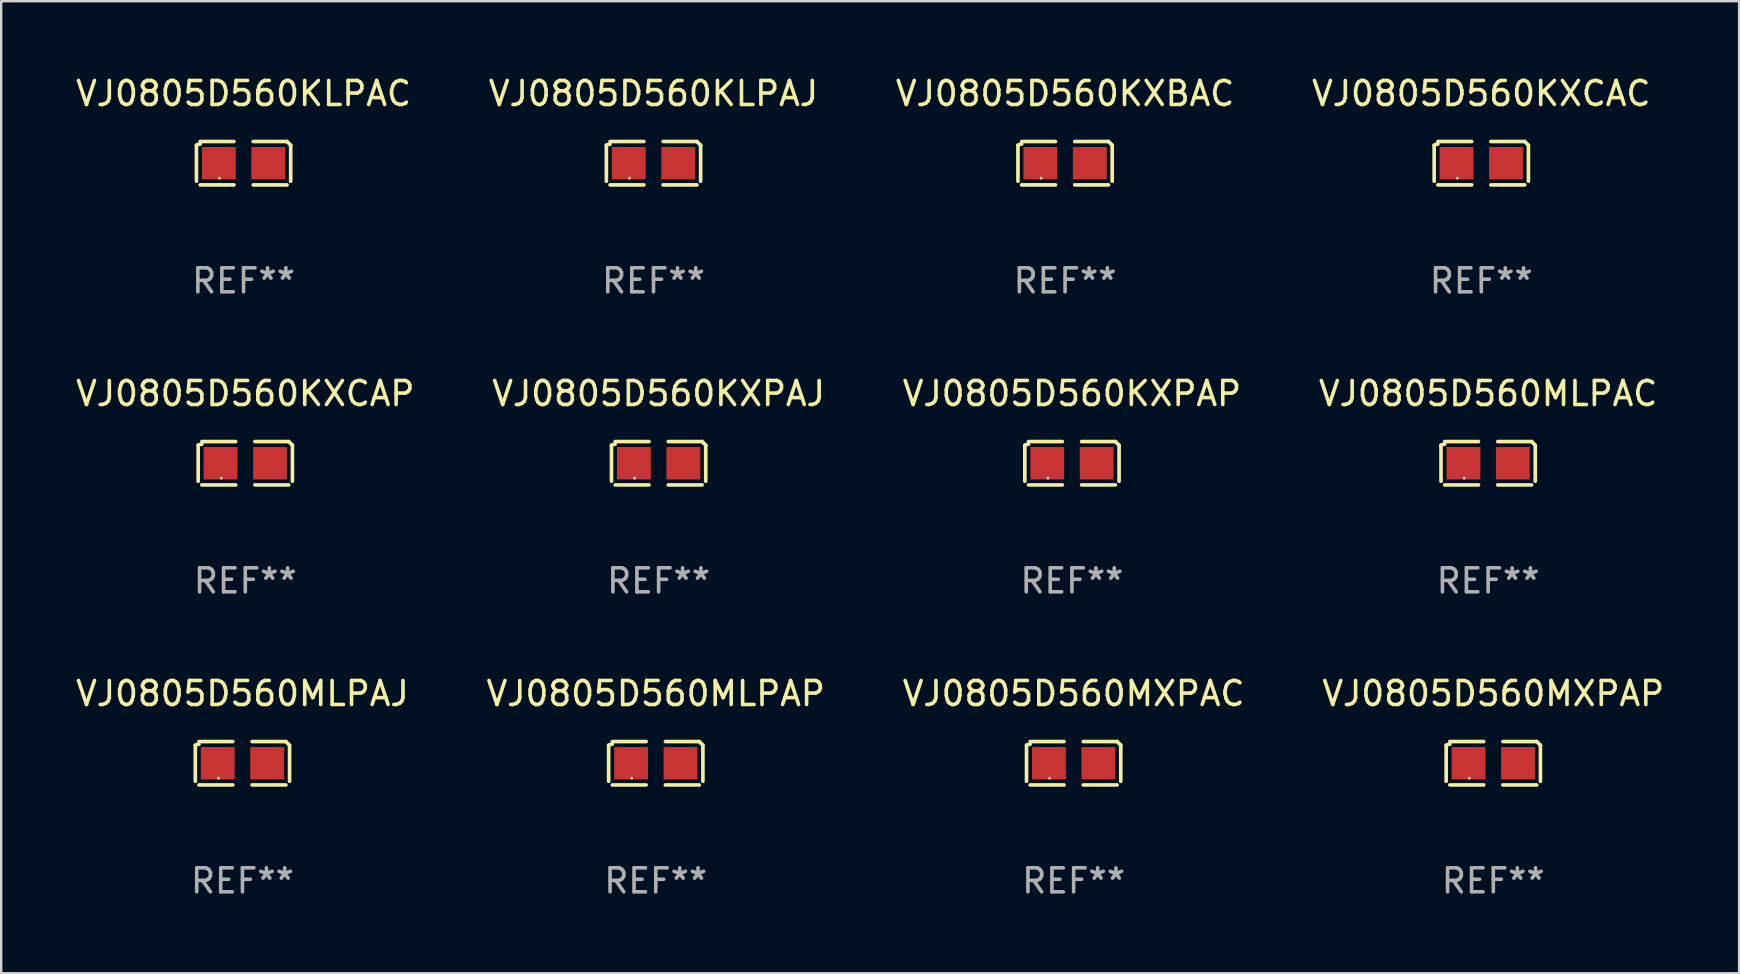
<source format=kicad_pcb>
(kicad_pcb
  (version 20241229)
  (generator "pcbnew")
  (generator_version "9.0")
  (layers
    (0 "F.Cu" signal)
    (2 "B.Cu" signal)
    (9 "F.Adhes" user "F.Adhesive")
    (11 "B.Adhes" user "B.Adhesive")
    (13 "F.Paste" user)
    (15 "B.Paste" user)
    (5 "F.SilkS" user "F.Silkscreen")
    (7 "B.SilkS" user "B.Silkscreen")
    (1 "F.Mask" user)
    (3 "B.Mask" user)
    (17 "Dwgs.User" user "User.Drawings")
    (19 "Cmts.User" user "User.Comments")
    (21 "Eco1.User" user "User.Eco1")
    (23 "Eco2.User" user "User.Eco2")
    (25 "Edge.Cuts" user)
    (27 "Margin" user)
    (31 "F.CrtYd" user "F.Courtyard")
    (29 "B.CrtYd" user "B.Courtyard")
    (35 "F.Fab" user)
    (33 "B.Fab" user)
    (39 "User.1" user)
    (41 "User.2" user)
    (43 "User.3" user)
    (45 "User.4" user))
  (footprint "VJ0805D560MLPAJ"
    (layer "F.Cu")
    (at 7.054 28.759)
    (property "Reference" "VJ0805D560MLPAJ" (at 0 -2.904 0) (layer "F.SilkS") (effects (font (size 1 1) (thickness 0.15))))
    (attr through_hole)
    (fp_line (start -1.964 0.751) (end -1.964 -0.751) (stroke (width 0.152) (type solid)) (layer "F.SilkS"))
    (fp_line (start -1.811 -0.904) (end -0.401 -0.904) (stroke (width 0.152) (type solid)) (layer "F.SilkS"))
    (fp_line (start -0.401 0.904) (end -1.811 0.904) (stroke (width 0.152) (type solid)) (layer "F.SilkS"))
    (fp_line (start 0.401 0.904) (end 1.811 0.904) (stroke (width 0.152) (type solid)) (layer "F.SilkS"))
    (fp_line (start 1.811 -0.904) (end 0.401 -0.904) (stroke (width 0.152) (type solid)) (layer "F.SilkS"))
    (fp_line (start 1.964 0.751) (end 1.964 -0.751) (stroke (width 0.152) (type solid)) (layer "F.SilkS"))
    (fp_arc (start -1.963602 -0.751207) (mid -1.890354 -0.783131) (end -1.811201 -0.794044) (stroke (width 0.1524) (type solid)) (layer "F.SilkS"))
    (fp_arc (start 1.811202 -0.903607) (mid 1.887413 -0.827418) (end 1.963602 -0.751207) (stroke (width 0.1524) (type solid)) (layer "F.SilkS"))
    (fp_circle (center -1 0.625) (end -0.97 0.625) (stroke (width 0.06) (type solid)) (fill no) (layer "F.SilkS"))
    (fp_text user "REF**" (at 0 4.904 0) (layer "F.Fab") (effects (font (size 1 1) (thickness 0.15))))
    (pad "1" smd rect (at -1.03 0) (size 1.41 1.35) (layers "F.Cu" "F.Mask" "F.Paste"))
    (pad "2" smd rect (at 1.03 0) (size 1.41 1.35) (layers "F.Cu" "F.Mask" "F.Paste")))
  (footprint "VJ0805D560KLPAC"
    (layer "F.Cu")
    (at 7.101 3.752)
    (property "Reference" "VJ0805D560KLPAC" (at 0 -2.904 0) (layer "F.SilkS") (effects (font (size 1 1) (thickness 0.15))))
    (attr through_hole)
    (fp_line (start -1.964 0.751) (end -1.964 -0.751) (stroke (width 0.152) (type solid)) (layer "F.SilkS"))
    (fp_line (start -1.811 -0.904) (end -0.401 -0.904) (stroke (width 0.152) (type solid)) (layer "F.SilkS"))
    (fp_line (start -0.401 0.904) (end -1.811 0.904) (stroke (width 0.152) (type solid)) (layer "F.SilkS"))
    (fp_line (start 0.401 0.904) (end 1.811 0.904) (stroke (width 0.152) (type solid)) (layer "F.SilkS"))
    (fp_line (start 1.811 -0.904) (end 0.401 -0.904) (stroke (width 0.152) (type solid)) (layer "F.SilkS"))
    (fp_line (start 1.964 0.751) (end 1.964 -0.751) (stroke (width 0.152) (type solid)) (layer "F.SilkS"))
    (fp_arc (start -1.963602 -0.751207) (mid -1.890354 -0.783131) (end -1.811201 -0.794044) (stroke (width 0.1524) (type solid)) (layer "F.SilkS"))
    (fp_arc (start 1.811202 -0.903607) (mid 1.887413 -0.827418) (end 1.963602 -0.751207) (stroke (width 0.1524) (type solid)) (layer "F.SilkS"))
    (fp_circle (center -1 0.625) (end -0.97 0.625) (stroke (width 0.06) (type solid)) (fill no) (layer "F.SilkS"))
    (fp_text user "REF**" (at 0 4.904 0) (layer "F.Fab") (effects (font (size 1 1) (thickness 0.15))))
    (pad "1" smd rect (at -1.03 0) (size 1.41 1.35) (layers "F.Cu" "F.Mask" "F.Paste"))
    (pad "2" smd rect (at 1.03 0) (size 1.41 1.35) (layers "F.Cu" "F.Mask" "F.Paste")))
  (footprint "VJ0805D560MLPAP"
    (layer "F.Cu")
    (at 24.28 28.759)
    (property "Reference" "VJ0805D560MLPAP" (at 0 -2.904 0) (layer "F.SilkS") (effects (font (size 1 1) (thickness 0.15))))
    (attr through_hole)
    (fp_line (start -1.964 0.751) (end -1.964 -0.751) (stroke (width 0.152) (type solid)) (layer "F.SilkS"))
    (fp_line (start -1.811 -0.904) (end -0.401 -0.904) (stroke (width 0.152) (type solid)) (layer "F.SilkS"))
    (fp_line (start -0.401 0.904) (end -1.811 0.904) (stroke (width 0.152) (type solid)) (layer "F.SilkS"))
    (fp_line (start 0.401 0.904) (end 1.811 0.904) (stroke (width 0.152) (type solid)) (layer "F.SilkS"))
    (fp_line (start 1.811 -0.904) (end 0.401 -0.904) (stroke (width 0.152) (type solid)) (layer "F.SilkS"))
    (fp_line (start 1.964 0.751) (end 1.964 -0.751) (stroke (width 0.152) (type solid)) (layer "F.SilkS"))
    (fp_arc (start -1.963602 -0.751207) (mid -1.890354 -0.783131) (end -1.811201 -0.794044) (stroke (width 0.1524) (type solid)) (layer "F.SilkS"))
    (fp_arc (start 1.811202 -0.903607) (mid 1.887413 -0.827418) (end 1.963602 -0.751207) (stroke (width 0.1524) (type solid)) (layer "F.SilkS"))
    (fp_circle (center -1 0.625) (end -0.97 0.625) (stroke (width 0.06) (type solid)) (fill no) (layer "F.SilkS"))
    (fp_text user "REF**" (at 0 4.904 0) (layer "F.Fab") (effects (font (size 1 1) (thickness 0.15))))
    (pad "1" smd rect (at -1.03 0) (size 1.41 1.35) (layers "F.Cu" "F.Mask" "F.Paste"))
    (pad "2" smd rect (at 1.03 0) (size 1.41 1.35) (layers "F.Cu" "F.Mask" "F.Paste")))
  (footprint "VJ0805D560MXPAC"
    (layer "F.Cu")
    (at 41.696 28.759)
    (property "Reference" "VJ0805D560MXPAC" (at 0 -2.904 0) (layer "F.SilkS") (effects (font (size 1 1) (thickness 0.15))))
    (attr through_hole)
    (fp_line (start -1.964 0.751) (end -1.964 -0.751) (stroke (width 0.152) (type solid)) (layer "F.SilkS"))
    (fp_line (start -1.811 -0.904) (end -0.401 -0.904) (stroke (width 0.152) (type solid)) (layer "F.SilkS"))
    (fp_line (start -0.401 0.904) (end -1.811 0.904) (stroke (width 0.152) (type solid)) (layer "F.SilkS"))
    (fp_line (start 0.401 0.904) (end 1.811 0.904) (stroke (width 0.152) (type solid)) (layer "F.SilkS"))
    (fp_line (start 1.811 -0.904) (end 0.401 -0.904) (stroke (width 0.152) (type solid)) (layer "F.SilkS"))
    (fp_line (start 1.964 0.751) (end 1.964 -0.751) (stroke (width 0.152) (type solid)) (layer "F.SilkS"))
    (fp_arc (start -1.963602 -0.751207) (mid -1.890354 -0.783131) (end -1.811201 -0.794044) (stroke (width 0.1524) (type solid)) (layer "F.SilkS"))
    (fp_arc (start 1.811202 -0.903607) (mid 1.887413 -0.827418) (end 1.963602 -0.751207) (stroke (width 0.1524) (type solid)) (layer "F.SilkS"))
    (fp_circle (center -1 0.625) (end -0.97 0.625) (stroke (width 0.06) (type solid)) (fill no) (layer "F.SilkS"))
    (fp_text user "REF**" (at 0 4.904 0) (layer "F.Fab") (effects (font (size 1 1) (thickness 0.15))))
    (pad "1" smd rect (at -1.03 0) (size 1.41 1.35) (layers "F.Cu" "F.Mask" "F.Paste"))
    (pad "2" smd rect (at 1.03 0) (size 1.41 1.35) (layers "F.Cu" "F.Mask" "F.Paste")))
  (footprint "VJ0805D560MLPAC"
    (layer "F.Cu")
    (at 58.97 16.256)
    (property "Reference" "VJ0805D560MLPAC" (at 0 -2.904 0) (layer "F.SilkS") (effects (font (size 1 1) (thickness 0.15))))
    (attr through_hole)
    (fp_line (start -1.964 0.751) (end -1.964 -0.751) (stroke (width 0.152) (type solid)) (layer "F.SilkS"))
    (fp_line (start -1.811 -0.904) (end -0.401 -0.904) (stroke (width 0.152) (type solid)) (layer "F.SilkS"))
    (fp_line (start -0.401 0.904) (end -1.811 0.904) (stroke (width 0.152) (type solid)) (layer "F.SilkS"))
    (fp_line (start 0.401 0.904) (end 1.811 0.904) (stroke (width 0.152) (type solid)) (layer "F.SilkS"))
    (fp_line (start 1.811 -0.904) (end 0.401 -0.904) (stroke (width 0.152) (type solid)) (layer "F.SilkS"))
    (fp_line (start 1.964 0.751) (end 1.964 -0.751) (stroke (width 0.152) (type solid)) (layer "F.SilkS"))
    (fp_arc (start -1.963602 -0.751207) (mid -1.890354 -0.783131) (end -1.811201 -0.794044) (stroke (width 0.1524) (type solid)) (layer "F.SilkS"))
    (fp_arc (start 1.811202 -0.903607) (mid 1.887413 -0.827418) (end 1.963602 -0.751207) (stroke (width 0.1524) (type solid)) (layer "F.SilkS"))
    (fp_circle (center -1 0.625) (end -0.97 0.625) (stroke (width 0.06) (type solid)) (fill no) (layer "F.SilkS"))
    (fp_text user "REF**" (at 0 4.904 0) (layer "F.Fab") (effects (font (size 1 1) (thickness 0.15))))
    (pad "1" smd rect (at -1.03 0) (size 1.41 1.35) (layers "F.Cu" "F.Mask" "F.Paste"))
    (pad "2" smd rect (at 1.03 0) (size 1.41 1.35) (layers "F.Cu" "F.Mask" "F.Paste")))
  (footprint "VJ0805D560KXPAJ"
    (layer "F.Cu")
    (at 24.399 16.256)
    (property "Reference" "VJ0805D560KXPAJ" (at 0 -2.904 0) (layer "F.SilkS") (effects (font (size 1 1) (thickness 0.15))))
    (attr through_hole)
    (fp_line (start -1.964 0.751) (end -1.964 -0.751) (stroke (width 0.152) (type solid)) (layer "F.SilkS"))
    (fp_line (start -1.811 -0.904) (end -0.401 -0.904) (stroke (width 0.152) (type solid)) (layer "F.SilkS"))
    (fp_line (start -0.401 0.904) (end -1.811 0.904) (stroke (width 0.152) (type solid)) (layer "F.SilkS"))
    (fp_line (start 0.401 0.904) (end 1.811 0.904) (stroke (width 0.152) (type solid)) (layer "F.SilkS"))
    (fp_line (start 1.811 -0.904) (end 0.401 -0.904) (stroke (width 0.152) (type solid)) (layer "F.SilkS"))
    (fp_line (start 1.964 0.751) (end 1.964 -0.751) (stroke (width 0.152) (type solid)) (layer "F.SilkS"))
    (fp_arc (start -1.963602 -0.751207) (mid -1.890354 -0.783131) (end -1.811201 -0.794044) (stroke (width 0.1524) (type solid)) (layer "F.SilkS"))
    (fp_arc (start 1.811202 -0.903607) (mid 1.887413 -0.827418) (end 1.963602 -0.751207) (stroke (width 0.1524) (type solid)) (layer "F.SilkS"))
    (fp_circle (center -1 0.625) (end -0.97 0.625) (stroke (width 0.06) (type solid)) (fill no) (layer "F.SilkS"))
    (fp_text user "REF**" (at 0 4.904 0) (layer "F.Fab") (effects (font (size 1 1) (thickness 0.15))))
    (pad "1" smd rect (at -1.03 0) (size 1.41 1.35) (layers "F.Cu" "F.Mask" "F.Paste"))
    (pad "2" smd rect (at 1.03 0) (size 1.41 1.35) (layers "F.Cu" "F.Mask" "F.Paste")))
  (footprint "VJ0805D560KXPAP"
    (layer "F.Cu")
    (at 41.625 16.256)
    (property "Reference" "VJ0805D560KXPAP" (at 0 -2.904 0) (layer "F.SilkS") (effects (font (size 1 1) (thickness 0.15))))
    (attr through_hole)
    (fp_line (start -1.964 0.751) (end -1.964 -0.751) (stroke (width 0.152) (type solid)) (layer "F.SilkS"))
    (fp_line (start -1.811 -0.904) (end -0.401 -0.904) (stroke (width 0.152) (type solid)) (layer "F.SilkS"))
    (fp_line (start -0.401 0.904) (end -1.811 0.904) (stroke (width 0.152) (type solid)) (layer "F.SilkS"))
    (fp_line (start 0.401 0.904) (end 1.811 0.904) (stroke (width 0.152) (type solid)) (layer "F.SilkS"))
    (fp_line (start 1.811 -0.904) (end 0.401 -0.904) (stroke (width 0.152) (type solid)) (layer "F.SilkS"))
    (fp_line (start 1.964 0.751) (end 1.964 -0.751) (stroke (width 0.152) (type solid)) (layer "F.SilkS"))
    (fp_arc (start -1.963602 -0.751207) (mid -1.890354 -0.783131) (end -1.811201 -0.794044) (stroke (width 0.1524) (type solid)) (layer "F.SilkS"))
    (fp_arc (start 1.811202 -0.903607) (mid 1.887413 -0.827418) (end 1.963602 -0.751207) (stroke (width 0.1524) (type solid)) (layer "F.SilkS"))
    (fp_circle (center -1 0.625) (end -0.97 0.625) (stroke (width 0.06) (type solid)) (fill no) (layer "F.SilkS"))
    (fp_text user "REF**" (at 0 4.904 0) (layer "F.Fab") (effects (font (size 1 1) (thickness 0.15))))
    (pad "1" smd rect (at -1.03 0) (size 1.41 1.35) (layers "F.Cu" "F.Mask" "F.Paste"))
    (pad "2" smd rect (at 1.03 0) (size 1.41 1.35) (layers "F.Cu" "F.Mask" "F.Paste")))
  (footprint "VJ0805D560KXBAC"
    (layer "F.Cu")
    (at 41.339 3.752)
    (property "Reference" "VJ0805D560KXBAC" (at 0 -2.904 0) (layer "F.SilkS") (effects (font (size 1 1) (thickness 0.15))))
    (attr through_hole)
    (fp_line (start -1.964 0.751) (end -1.964 -0.751) (stroke (width 0.152) (type solid)) (layer "F.SilkS"))
    (fp_line (start -1.811 -0.904) (end -0.401 -0.904) (stroke (width 0.152) (type solid)) (layer "F.SilkS"))
    (fp_line (start -0.401 0.904) (end -1.811 0.904) (stroke (width 0.152) (type solid)) (layer "F.SilkS"))
    (fp_line (start 0.401 0.904) (end 1.811 0.904) (stroke (width 0.152) (type solid)) (layer "F.SilkS"))
    (fp_line (start 1.811 -0.904) (end 0.401 -0.904) (stroke (width 0.152) (type solid)) (layer "F.SilkS"))
    (fp_line (start 1.964 0.751) (end 1.964 -0.751) (stroke (width 0.152) (type solid)) (layer "F.SilkS"))
    (fp_arc (start -1.963602 -0.751207) (mid -1.890354 -0.783131) (end -1.811201 -0.794044) (stroke (width 0.1524) (type solid)) (layer "F.SilkS"))
    (fp_arc (start 1.811202 -0.903607) (mid 1.887413 -0.827418) (end 1.963602 -0.751207) (stroke (width 0.1524) (type solid)) (layer "F.SilkS"))
    (fp_circle (center -1 0.625) (end -0.97 0.625) (stroke (width 0.06) (type solid)) (fill no) (layer "F.SilkS"))
    (fp_text user "REF**" (at 0 4.904 0) (layer "F.Fab") (effects (font (size 1 1) (thickness 0.15))))
    (pad "1" smd rect (at -1.03 0) (size 1.41 1.35) (layers "F.Cu" "F.Mask" "F.Paste"))
    (pad "2" smd rect (at 1.03 0) (size 1.41 1.35) (layers "F.Cu" "F.Mask" "F.Paste")))
  (footprint "VJ0805D560MXPAP"
    (layer "F.Cu")
    (at 59.185 28.759)
    (property "Reference" "VJ0805D560MXPAP" (at 0 -2.904 0) (layer "F.SilkS") (effects (font (size 1 1) (thickness 0.15))))
    (attr through_hole)
    (fp_line (start -1.964 0.751) (end -1.964 -0.751) (stroke (width 0.152) (type solid)) (layer "F.SilkS"))
    (fp_line (start -1.811 -0.904) (end -0.401 -0.904) (stroke (width 0.152) (type solid)) (layer "F.SilkS"))
    (fp_line (start -0.401 0.904) (end -1.811 0.904) (stroke (width 0.152) (type solid)) (layer "F.SilkS"))
    (fp_line (start 0.401 0.904) (end 1.811 0.904) (stroke (width 0.152) (type solid)) (layer "F.SilkS"))
    (fp_line (start 1.811 -0.904) (end 0.401 -0.904) (stroke (width 0.152) (type solid)) (layer "F.SilkS"))
    (fp_line (start 1.964 0.751) (end 1.964 -0.751) (stroke (width 0.152) (type solid)) (layer "F.SilkS"))
    (fp_arc (start -1.963602 -0.751207) (mid -1.890354 -0.783131) (end -1.811201 -0.794044) (stroke (width 0.1524) (type solid)) (layer "F.SilkS"))
    (fp_arc (start 1.811202 -0.903607) (mid 1.887413 -0.827418) (end 1.963602 -0.751207) (stroke (width 0.1524) (type solid)) (layer "F.SilkS"))
    (fp_circle (center -1 0.625) (end -0.97 0.625) (stroke (width 0.06) (type solid)) (fill no) (layer "F.SilkS"))
    (fp_text user "REF**" (at 0 4.904 0) (layer "F.Fab") (effects (font (size 1 1) (thickness 0.15))))
    (pad "1" smd rect (at -1.03 0) (size 1.41 1.35) (layers "F.Cu" "F.Mask" "F.Paste"))
    (pad "2" smd rect (at 1.03 0) (size 1.41 1.35) (layers "F.Cu" "F.Mask" "F.Paste")))
  (footprint "VJ0805D560KLPAJ"
    (layer "F.Cu")
    (at 24.185 3.752)
    (property "Reference" "VJ0805D560KLPAJ" (at 0 -2.904 0) (layer "F.SilkS") (effects (font (size 1 1) (thickness 0.15))))
    (attr through_hole)
    (fp_line (start -1.964 0.751) (end -1.964 -0.751) (stroke (width 0.152) (type solid)) (layer "F.SilkS"))
    (fp_line (start -1.811 -0.904) (end -0.401 -0.904) (stroke (width 0.152) (type solid)) (layer "F.SilkS"))
    (fp_line (start -0.401 0.904) (end -1.811 0.904) (stroke (width 0.152) (type solid)) (layer "F.SilkS"))
    (fp_line (start 0.401 0.904) (end 1.811 0.904) (stroke (width 0.152) (type solid)) (layer "F.SilkS"))
    (fp_line (start 1.811 -0.904) (end 0.401 -0.904) (stroke (width 0.152) (type solid)) (layer "F.SilkS"))
    (fp_line (start 1.964 0.751) (end 1.964 -0.751) (stroke (width 0.152) (type solid)) (layer "F.SilkS"))
    (fp_arc (start -1.963602 -0.751207) (mid -1.890354 -0.783131) (end -1.811201 -0.794044) (stroke (width 0.1524) (type solid)) (layer "F.SilkS"))
    (fp_arc (start 1.811202 -0.903607) (mid 1.887413 -0.827418) (end 1.963602 -0.751207) (stroke (width 0.1524) (type solid)) (layer "F.SilkS"))
    (fp_circle (center -1 0.625) (end -0.97 0.625) (stroke (width 0.06) (type solid)) (fill no) (layer "F.SilkS"))
    (fp_text user "REF**" (at 0 4.904 0) (layer "F.Fab") (effects (font (size 1 1) (thickness 0.15))))
    (pad "1" smd rect (at -1.03 0) (size 1.41 1.35) (layers "F.Cu" "F.Mask" "F.Paste"))
    (pad "2" smd rect (at 1.03 0) (size 1.41 1.35) (layers "F.Cu" "F.Mask" "F.Paste")))
  (footprint "VJ0805D560KXCAC"
    (layer "F.Cu")
    (at 58.685 3.752)
    (property "Reference" "VJ0805D560KXCAC" (at 0 -2.904 0) (layer "F.SilkS") (effects (font (size 1 1) (thickness 0.15))))
    (attr through_hole)
    (fp_line (start -1.964 0.751) (end -1.964 -0.751) (stroke (width 0.152) (type solid)) (layer "F.SilkS"))
    (fp_line (start -1.811 -0.904) (end -0.401 -0.904) (stroke (width 0.152) (type solid)) (layer "F.SilkS"))
    (fp_line (start -0.401 0.904) (end -1.811 0.904) (stroke (width 0.152) (type solid)) (layer "F.SilkS"))
    (fp_line (start 0.401 0.904) (end 1.811 0.904) (stroke (width 0.152) (type solid)) (layer "F.SilkS"))
    (fp_line (start 1.811 -0.904) (end 0.401 -0.904) (stroke (width 0.152) (type solid)) (layer "F.SilkS"))
    (fp_line (start 1.964 0.751) (end 1.964 -0.751) (stroke (width 0.152) (type solid)) (layer "F.SilkS"))
    (fp_arc (start -1.963602 -0.751207) (mid -1.890354 -0.783131) (end -1.811201 -0.794044) (stroke (width 0.1524) (type solid)) (layer "F.SilkS"))
    (fp_arc (start 1.811202 -0.903607) (mid 1.887413 -0.827418) (end 1.963602 -0.751207) (stroke (width 0.1524) (type solid)) (layer "F.SilkS"))
    (fp_circle (center -1 0.625) (end -0.97 0.625) (stroke (width 0.06) (type solid)) (fill no) (layer "F.SilkS"))
    (fp_text user "REF**" (at 0 4.904 0) (layer "F.Fab") (effects (font (size 1 1) (thickness 0.15))))
    (pad "1" smd rect (at -1.03 0) (size 1.41 1.35) (layers "F.Cu" "F.Mask" "F.Paste"))
    (pad "2" smd rect (at 1.03 0) (size 1.41 1.35) (layers "F.Cu" "F.Mask" "F.Paste")))
  (footprint "VJ0805D560KXCAP"
    (layer "F.Cu")
    (at 7.173 16.256)
    (property "Reference" "VJ0805D560KXCAP" (at 0 -2.904 0) (layer "F.SilkS") (effects (font (size 1 1) (thickness 0.15))))
    (attr through_hole)
    (fp_line (start -1.964 0.751) (end -1.964 -0.751) (stroke (width 0.152) (type solid)) (layer "F.SilkS"))
    (fp_line (start -1.811 -0.904) (end -0.401 -0.904) (stroke (width 0.152) (type solid)) (layer "F.SilkS"))
    (fp_line (start -0.401 0.904) (end -1.811 0.904) (stroke (width 0.152) (type solid)) (layer "F.SilkS"))
    (fp_line (start 0.401 0.904) (end 1.811 0.904) (stroke (width 0.152) (type solid)) (layer "F.SilkS"))
    (fp_line (start 1.811 -0.904) (end 0.401 -0.904) (stroke (width 0.152) (type solid)) (layer "F.SilkS"))
    (fp_line (start 1.964 0.751) (end 1.964 -0.751) (stroke (width 0.152) (type solid)) (layer "F.SilkS"))
    (fp_arc (start -1.963602 -0.751207) (mid -1.890354 -0.783131) (end -1.811201 -0.794044) (stroke (width 0.1524) (type solid)) (layer "F.SilkS"))
    (fp_arc (start 1.811202 -0.903607) (mid 1.887413 -0.827418) (end 1.963602 -0.751207) (stroke (width 0.1524) (type solid)) (layer "F.SilkS"))
    (fp_circle (center -1 0.625) (end -0.97 0.625) (stroke (width 0.06) (type solid)) (fill no) (layer "F.SilkS"))
    (fp_text user "REF**" (at 0 4.904 0) (layer "F.Fab") (effects (font (size 1 1) (thickness 0.15))))
    (pad "1" smd rect (at -1.03 0) (size 1.41 1.35) (layers "F.Cu" "F.Mask" "F.Paste"))
    (pad "2" smd rect (at 1.03 0) (size 1.41 1.35) (layers "F.Cu" "F.Mask" "F.Paste")))
  (gr_rect
    (start -3 -3)
    (end 69.429 37.511)
    (stroke (width 0.1) (type default))
    (fill no)
    (layer "Edge.Cuts")))
</source>
